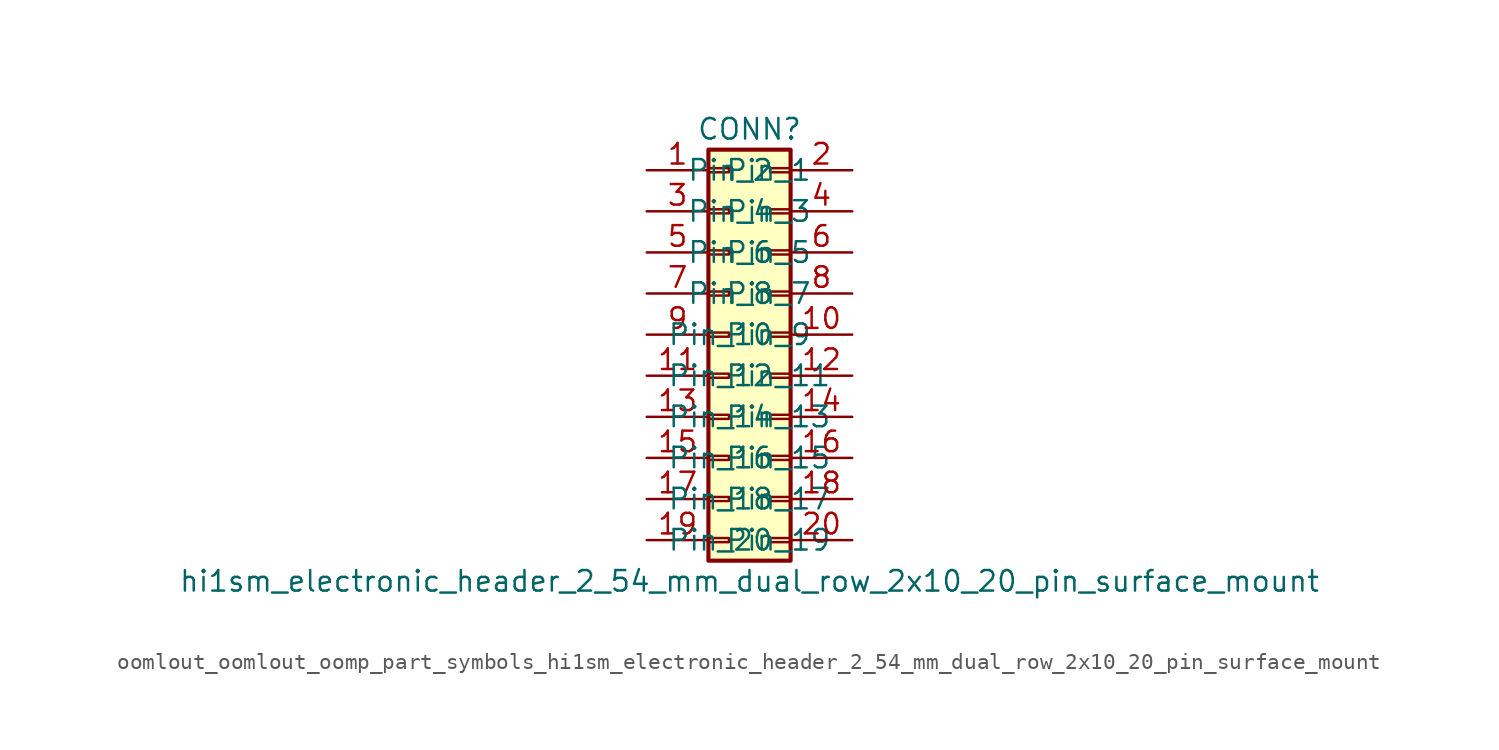
<source format=kicad_sym>
(kicad_symbol_lib
  (version 20220914)
  (generator kicad_symbol_editor)
  (symbol "oomlout_oomlout_oomp_part_symbols_hi1sm_electronic_header_2_54_mm_dual_row_2x10_20_pin_surface_mount"
    (pin_names
      (offset 1.016))
    (property "Reference" "CONN"
      (at 1.27 12.7 0)
      (effects (font (size 1.27 1.27))))
    (property "Value" "hi1sm_electronic_header_2_54_mm_dual_row_2x10_20_pin_surface_mount"
      (at 1.27 -15.24 0)
      (effects (font (size 1.27 1.27))))
    (symbol "oomlout_oomlout_oomp_part_symbols_hi1sm_electronic_header_2_54_mm_dual_row_2x10_20_pin_surface_mount_1_1"
      (rectangle (start -1.27 -12.573) (end 0 -12.827) (stroke (width 0.152) (type default)) (fill (type none)))
      (rectangle (start -1.27 -10.033) (end 0 -10.287) (stroke (width 0.152) (type default)) (fill (type none)))
      (rectangle (start -1.27 -7.493) (end 0 -7.747) (stroke (width 0.152) (type default)) (fill (type none)))
      (rectangle (start -1.27 -4.953) (end 0 -5.207) (stroke (width 0.152) (type default)) (fill (type none)))
      (rectangle (start -1.27 -2.413) (end 0 -2.667) (stroke (width 0.152) (type default)) (fill (type none)))
      (rectangle (start -1.27 0.127) (end 0 -0.127) (stroke (width 0.152) (type default)) (fill (type none)))
      (rectangle (start -1.27 2.667) (end 0 2.413) (stroke (width 0.152) (type default)) (fill (type none)))
      (rectangle (start -1.27 5.207) (end 0 4.953) (stroke (width 0.152) (type default)) (fill (type none)))
      (rectangle (start -1.27 7.747) (end 0 7.493) (stroke (width 0.152) (type default)) (fill (type none)))
      (rectangle (start -1.27 10.287) (end 0 10.033) (stroke (width 0.152) (type default)) (fill (type none)))
      (rectangle (start -1.27 11.43) (end 3.81 -13.97) (stroke (width 0.254) (type default)) (fill (type background)))
      (rectangle (start 3.81 -12.573) (end 2.54 -12.827) (stroke (width 0.152) (type default)) (fill (type none)))
      (rectangle (start 3.81 -10.033) (end 2.54 -10.287) (stroke (width 0.152) (type default)) (fill (type none)))
      (rectangle (start 3.81 -7.493) (end 2.54 -7.747) (stroke (width 0.152) (type default)) (fill (type none)))
      (rectangle (start 3.81 -4.953) (end 2.54 -5.207) (stroke (width 0.152) (type default)) (fill (type none)))
      (rectangle (start 3.81 -2.413) (end 2.54 -2.667) (stroke (width 0.152) (type default)) (fill (type none)))
      (rectangle (start 3.81 0.127) (end 2.54 -0.127) (stroke (width 0.152) (type default)) (fill (type none)))
      (rectangle (start 3.81 2.667) (end 2.54 2.413) (stroke (width 0.152) (type default)) (fill (type none)))
      (rectangle (start 3.81 5.207) (end 2.54 4.953) (stroke (width 0.152) (type default)) (fill (type none)))
      (rectangle (start 3.81 7.747) (end 2.54 7.493) (stroke (width 0.152) (type default)) (fill (type none)))
      (rectangle (start 3.81 10.287) (end 2.54 10.033) (stroke (width 0.152) (type default)) (fill (type none)))
      (pin passive line (at -5.08 10.16 0) (length 3.81) (name "Pin_1" (effects (font (size 1.27 1.27)))) (number "1" (effects (font (size 1.27 1.27)))))
      (pin passive line (at 7.62 0 180) (length 3.81) (name "Pin_10" (effects (font (size 1.27 1.27)))) (number "10" (effects (font (size 1.27 1.27)))))
      (pin passive line (at -5.08 -2.54 0) (length 3.81) (name "Pin_11" (effects (font (size 1.27 1.27)))) (number "11" (effects (font (size 1.27 1.27)))))
      (pin passive line (at 7.62 -2.54 180) (length 3.81) (name "Pin_12" (effects (font (size 1.27 1.27)))) (number "12" (effects (font (size 1.27 1.27)))))
      (pin passive line (at -5.08 -5.08 0) (length 3.81) (name "Pin_13" (effects (font (size 1.27 1.27)))) (number "13" (effects (font (size 1.27 1.27)))))
      (pin passive line (at 7.62 -5.08 180) (length 3.81) (name "Pin_14" (effects (font (size 1.27 1.27)))) (number "14" (effects (font (size 1.27 1.27)))))
      (pin passive line (at -5.08 -7.62 0) (length 3.81) (name "Pin_15" (effects (font (size 1.27 1.27)))) (number "15" (effects (font (size 1.27 1.27)))))
      (pin passive line (at 7.62 -7.62 180) (length 3.81) (name "Pin_16" (effects (font (size 1.27 1.27)))) (number "16" (effects (font (size 1.27 1.27)))))
      (pin passive line (at -5.08 -10.16 0) (length 3.81) (name "Pin_17" (effects (font (size 1.27 1.27)))) (number "17" (effects (font (size 1.27 1.27)))))
      (pin passive line (at 7.62 -10.16 180) (length 3.81) (name "Pin_18" (effects (font (size 1.27 1.27)))) (number "18" (effects (font (size 1.27 1.27)))))
      (pin passive line (at -5.08 -12.7 0) (length 3.81) (name "Pin_19" (effects (font (size 1.27 1.27)))) (number "19" (effects (font (size 1.27 1.27)))))
      (pin passive line (at 7.62 10.16 180) (length 3.81) (name "Pin_2" (effects (font (size 1.27 1.27)))) (number "2" (effects (font (size 1.27 1.27)))))
      (pin passive line (at 7.62 -12.7 180) (length 3.81) (name "Pin_20" (effects (font (size 1.27 1.27)))) (number "20" (effects (font (size 1.27 1.27)))))
      (pin passive line (at -5.08 7.62 0) (length 3.81) (name "Pin_3" (effects (font (size 1.27 1.27)))) (number "3" (effects (font (size 1.27 1.27)))))
      (pin passive line (at 7.62 7.62 180) (length 3.81) (name "Pin_4" (effects (font (size 1.27 1.27)))) (number "4" (effects (font (size 1.27 1.27)))))
      (pin passive line (at -5.08 5.08 0) (length 3.81) (name "Pin_5" (effects (font (size 1.27 1.27)))) (number "5" (effects (font (size 1.27 1.27)))))
      (pin passive line (at 7.62 5.08 180) (length 3.81) (name "Pin_6" (effects (font (size 1.27 1.27)))) (number "6" (effects (font (size 1.27 1.27)))))
      (pin passive line (at -5.08 2.54 0) (length 3.81) (name "Pin_7" (effects (font (size 1.27 1.27)))) (number "7" (effects (font (size 1.27 1.27)))))
      (pin passive line (at 7.62 2.54 180) (length 3.81) (name "Pin_8" (effects (font (size 1.27 1.27)))) (number "8" (effects (font (size 1.27 1.27)))))
      (pin passive line (at -5.08 0 0) (length 3.81) (name "Pin_9" (effects (font (size 1.27 1.27)))) (number "9" (effects (font (size 1.27 1.27))))))))
</source>
